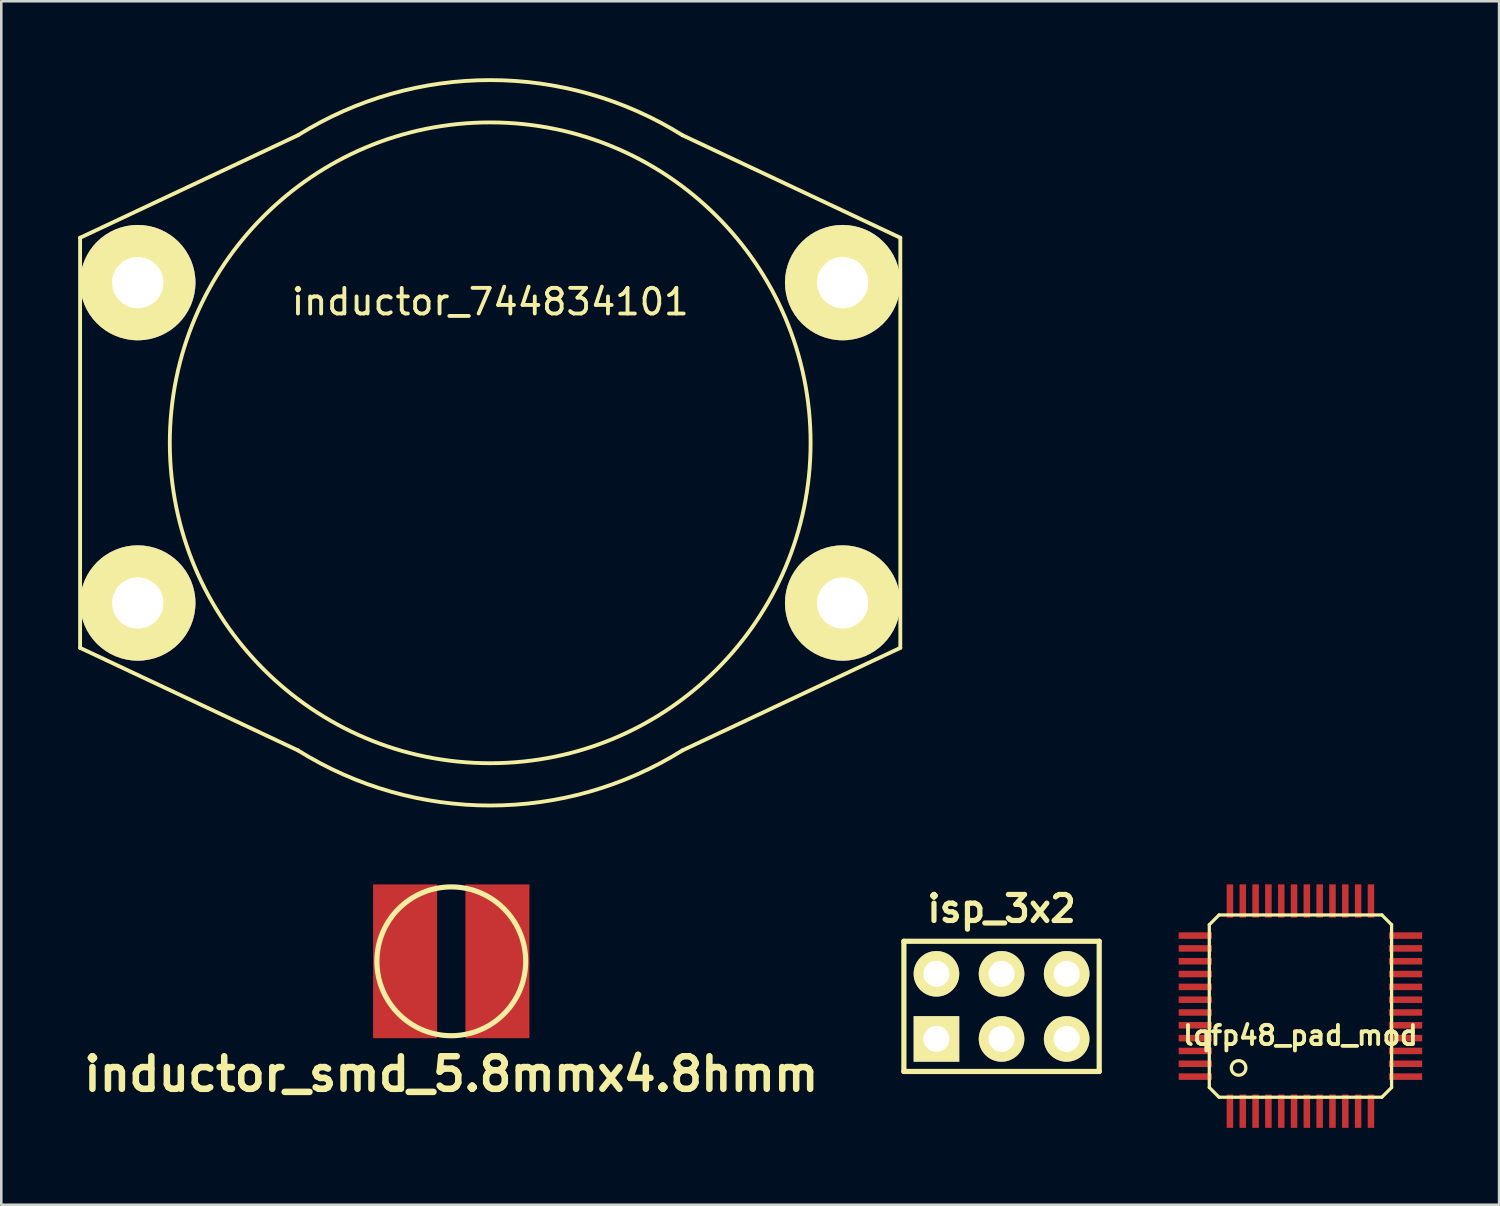
<source format=kicad_pcb>
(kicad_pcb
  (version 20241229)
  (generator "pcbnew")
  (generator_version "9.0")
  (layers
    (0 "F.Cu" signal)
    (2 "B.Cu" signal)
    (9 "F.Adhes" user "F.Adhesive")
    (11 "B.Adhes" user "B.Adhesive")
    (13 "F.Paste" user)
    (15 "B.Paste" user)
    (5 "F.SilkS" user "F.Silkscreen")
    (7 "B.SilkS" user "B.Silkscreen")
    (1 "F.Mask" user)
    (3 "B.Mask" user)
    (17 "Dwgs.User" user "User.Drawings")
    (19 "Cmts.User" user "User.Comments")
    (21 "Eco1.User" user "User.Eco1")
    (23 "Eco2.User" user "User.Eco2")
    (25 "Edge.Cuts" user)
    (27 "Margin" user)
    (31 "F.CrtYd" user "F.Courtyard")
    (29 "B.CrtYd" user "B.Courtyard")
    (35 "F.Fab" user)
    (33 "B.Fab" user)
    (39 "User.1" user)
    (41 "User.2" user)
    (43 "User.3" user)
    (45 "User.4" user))
  (footprint "inductor_smd_5.8mmx4.8hmm"
    (layer "F.Cu")
    (at 14.557 34.455)
    (property "Reference" "inductor_smd_5.8mmx4.8hmm" (at 0 4.399 0) (layer "F.SilkS") (effects (font (size 1.27 1.27) (thickness 0.254))))
    (attr through_hole)
    (fp_circle (center 0 0) (end 2.901 -0.099) (stroke (width 0.201) (type solid)) (fill no) (layer "F.SilkS"))
    (pad "1" smd rect (at 1.801 0) (size 2.499 5.999) (layers "F.Cu" "F.Mask" "F.Paste"))
    (pad "2" smd rect (at -1.801 0) (size 2.499 5.999) (layers "F.Cu" "F.Mask" "F.Paste")))
  (footprint "lqfp48_pad_mod"
    (layer "F.Cu")
    (at 47.686 36.202)
    (property "Reference" "lqfp48_pad_mod" (at 0 1.143 0) (layer "F.SilkS") (effects (font (size 0.749 0.749) (thickness 0.15))))
    (attr through_hole)
    (fp_line (start -3.556 -3.175) (end -3.175 -3.556) (stroke (width 0.127) (type solid)) (layer "F.SilkS"))
    (fp_line (start -3.556 3.175) (end -3.556 -3.175) (stroke (width 0.127) (type solid)) (layer "F.SilkS"))
    (fp_line (start -3.175 -3.556) (end 3.175 -3.556) (stroke (width 0.127) (type solid)) (layer "F.SilkS"))
    (fp_line (start -3.175 3.556) (end -3.556 3.175) (stroke (width 0.127) (type solid)) (layer "F.SilkS"))
    (fp_line (start 3.175 -3.556) (end 3.556 -3.175) (stroke (width 0.127) (type solid)) (layer "F.SilkS"))
    (fp_line (start 3.175 3.556) (end -3.175 3.556) (stroke (width 0.127) (type solid)) (layer "F.SilkS"))
    (fp_line (start 3.556 -3.175) (end 3.556 3.175) (stroke (width 0.127) (type solid)) (layer "F.SilkS"))
    (fp_line (start 3.556 3.175) (end 3.175 3.556) (stroke (width 0.127) (type solid)) (layer "F.SilkS"))
    (fp_circle (center -2.413 2.413) (end -2.667 2.54) (stroke (width 0.127) (type solid)) (fill no) (layer "F.SilkS"))
    (pad "1" smd rect (at -2.751 4.1) (size 0.254 1.3) (layers "F.Cu" "F.Mask" "F.Paste"))
    (pad "2" smd rect (at -2.25 4.1) (size 0.254 1.3) (layers "F.Cu" "F.Mask" "F.Paste"))
    (pad "3" smd rect (at -1.75 4.1) (size 0.254 1.3) (layers "F.Cu" "F.Mask" "F.Paste"))
    (pad "4" smd rect (at -1.25 4.1) (size 0.254 1.3) (layers "F.Cu" "F.Mask" "F.Paste"))
    (pad "5" smd rect (at -0.749 4.1) (size 0.254 1.3) (layers "F.Cu" "F.Mask" "F.Paste"))
    (pad "6" smd rect (at -0.249 4.1) (size 0.254 1.3) (layers "F.Cu" "F.Mask" "F.Paste"))
    (pad "7" smd rect (at 0.249 4.1) (size 0.254 1.3) (layers "F.Cu" "F.Mask" "F.Paste"))
    (pad "8" smd rect (at 0.749 4.1) (size 0.254 1.3) (layers "F.Cu" "F.Mask" "F.Paste"))
    (pad "9" smd rect (at 1.25 4.1) (size 0.254 1.3) (layers "F.Cu" "F.Mask" "F.Paste"))
    (pad "10" smd rect (at 1.75 4.1) (size 0.254 1.3) (layers "F.Cu" "F.Mask" "F.Paste"))
    (pad "11" smd rect (at 2.25 4.1) (size 0.254 1.3) (layers "F.Cu" "F.Mask" "F.Paste"))
    (pad "12" smd rect (at 2.751 4.1) (size 0.254 1.3) (layers "F.Cu" "F.Mask" "F.Paste"))
    (pad "13" smd rect (at 4.1 2.751) (size 1.3 0.254) (layers "F.Cu" "F.Mask" "F.Paste"))
    (pad "14" smd rect (at 4.1 2.25) (size 1.3 0.254) (layers "F.Cu" "F.Mask" "F.Paste"))
    (pad "15" smd rect (at 4.1 1.75) (size 1.3 0.254) (layers "F.Cu" "F.Mask" "F.Paste"))
    (pad "16" smd rect (at 4.1 1.25) (size 1.3 0.254) (layers "F.Cu" "F.Mask" "F.Paste"))
    (pad "17" smd rect (at 4.1 0.749) (size 1.3 0.254) (layers "F.Cu" "F.Mask" "F.Paste"))
    (pad "18" smd rect (at 4.1 0.249) (size 1.3 0.254) (layers "F.Cu" "F.Mask" "F.Paste"))
    (pad "19" smd rect (at 4.1 -0.249) (size 1.3 0.254) (layers "F.Cu" "F.Mask" "F.Paste"))
    (pad "20" smd rect (at 4.1 -0.749) (size 1.3 0.254) (layers "F.Cu" "F.Mask" "F.Paste"))
    (pad "21" smd rect (at 4.1 -1.25) (size 1.3 0.254) (layers "F.Cu" "F.Mask" "F.Paste"))
    (pad "22" smd rect (at 4.1 -1.75) (size 1.3 0.254) (layers "F.Cu" "F.Mask" "F.Paste"))
    (pad "23" smd rect (at 4.1 -2.25) (size 1.3 0.254) (layers "F.Cu" "F.Mask" "F.Paste"))
    (pad "24" smd rect (at 4.1 -2.751) (size 1.3 0.254) (layers "F.Cu" "F.Mask" "F.Paste"))
    (pad "25" smd rect (at 2.751 -4.1) (size 0.254 1.3) (layers "F.Cu" "F.Mask" "F.Paste"))
    (pad "26" smd rect (at 2.25 -4.1) (size 0.254 1.3) (layers "F.Cu" "F.Mask" "F.Paste"))
    (pad "27" smd rect (at 1.75 -4.1) (size 0.254 1.3) (layers "F.Cu" "F.Mask" "F.Paste"))
    (pad "28" smd rect (at 1.25 -4.1) (size 0.254 1.3) (layers "F.Cu" "F.Mask" "F.Paste"))
    (pad "29" smd rect (at 0.749 -4.1) (size 0.254 1.3) (layers "F.Cu" "F.Mask" "F.Paste"))
    (pad "30" smd rect (at 0.249 -4.1) (size 0.254 1.3) (layers "F.Cu" "F.Mask" "F.Paste"))
    (pad "31" smd rect (at -0.249 -4.1) (size 0.254 1.3) (layers "F.Cu" "F.Mask" "F.Paste"))
    (pad "32" smd rect (at -0.749 -4.1) (size 0.254 1.3) (layers "F.Cu" "F.Mask" "F.Paste"))
    (pad "33" smd rect (at -1.25 -4.1) (size 0.254 1.3) (layers "F.Cu" "F.Mask" "F.Paste"))
    (pad "34" smd rect (at -1.75 -4.1) (size 0.254 1.3) (layers "F.Cu" "F.Mask" "F.Paste"))
    (pad "35" smd rect (at -2.25 -4.1) (size 0.254 1.3) (layers "F.Cu" "F.Mask" "F.Paste"))
    (pad "36" smd rect (at -2.751 -4.1) (size 0.254 1.3) (layers "F.Cu" "F.Mask" "F.Paste"))
    (pad "37" smd rect (at -4.1 -2.751) (size 1.3 0.254) (layers "F.Cu" "F.Mask" "F.Paste"))
    (pad "38" smd rect (at -4.1 -2.25) (size 1.3 0.254) (layers "F.Cu" "F.Mask" "F.Paste"))
    (pad "39" smd rect (at -4.1 -1.75) (size 1.3 0.254) (layers "F.Cu" "F.Mask" "F.Paste"))
    (pad "40" smd rect (at -4.1 -1.25) (size 1.3 0.254) (layers "F.Cu" "F.Mask" "F.Paste"))
    (pad "41" smd rect (at -4.1 -0.749) (size 1.3 0.254) (layers "F.Cu" "F.Mask" "F.Paste"))
    (pad "42" smd rect (at -4.1 -0.249) (size 1.3 0.254) (layers "F.Cu" "F.Mask" "F.Paste"))
    (pad "43" smd rect (at -4.1 0.249) (size 1.3 0.254) (layers "F.Cu" "F.Mask" "F.Paste"))
    (pad "44" smd rect (at -4.1 0.749) (size 1.3 0.254) (layers "F.Cu" "F.Mask" "F.Paste"))
    (pad "45" smd rect (at -4.1 1.25) (size 1.3 0.254) (layers "F.Cu" "F.Mask" "F.Paste"))
    (pad "46" smd rect (at -4.1 1.75) (size 1.3 0.254) (layers "F.Cu" "F.Mask" "F.Paste"))
    (pad "47" smd rect (at -4.1 2.25) (size 1.3 0.254) (layers "F.Cu" "F.Mask" "F.Paste"))
    (pad "48" smd rect (at -4.1 2.751) (size 1.3 0.254) (layers "F.Cu" "F.Mask" "F.Paste")))
  (footprint "inductor_744834101"
    (layer "F.Cu")
    (at 16.075 14.226)
    (property "Reference" "inductor_744834101" (at 0 -5.5 0) (layer "F.SilkS") (effects (font (size 1 1) (thickness 0.15))))
    (attr through_hole)
    (fp_line (start -16 -8) (end -7.5 -12) (stroke (width 0.15) (type solid)) (layer "F.SilkS"))
    (fp_line (start -16 8) (end -16 -8) (stroke (width 0.15) (type solid)) (layer "F.SilkS"))
    (fp_line (start -7.5 12) (end -16 8) (stroke (width 0.15) (type solid)) (layer "F.SilkS"))
    (fp_line (start 7.5 -12) (end 16 -8) (stroke (width 0.15) (type solid)) (layer "F.SilkS"))
    (fp_line (start 16 -8) (end 16 8) (stroke (width 0.15) (type solid)) (layer "F.SilkS"))
    (fp_line (start 16 8) (end 7.5 12) (stroke (width 0.15) (type solid)) (layer "F.SilkS"))
    (fp_arc (start -7.5 -12) (mid -0.00133 -14.150972) (end 7.497745 -12.001409) (stroke (width 0.15) (type solid)) (layer "F.SilkS"))
    (fp_arc (start 7.5 12) (mid 0.00133 14.150972) (end -7.497745 12.001409) (stroke (width 0.15) (type solid)) (layer "F.SilkS"))
    (fp_circle (center 0 0) (end 0 -12.5) (stroke (width 0.15) (type solid)) (fill no) (layer "F.SilkS"))
    (pad "1" thru_hole circle (at -13.75 -6.25) (size 4.5 4.5) (drill 2) (layers "*.Cu" "*.Mask" "F.SilkS"))
    (pad "2" thru_hole circle (at 13.75 -6.25) (size 4.5 4.5) (drill 2) (layers "*.Cu" "*.Mask" "F.SilkS"))
    (pad "3" thru_hole circle (at 13.75 6.25) (size 4.5 4.5) (drill 2) (layers "*.Cu" "*.Mask" "F.SilkS"))
    (pad "4" thru_hole circle (at -13.75 6.25) (size 4.5 4.5) (drill 2) (layers "*.Cu" "*.Mask" "F.SilkS")))
  (footprint "isp_3x2"
    (layer "F.Cu")
    (at 36.025 36.213)
    (property "Reference" "isp_3x2" (at 0 -3.81 0) (layer "F.SilkS") (effects (font (size 1.016 1.016) (thickness 0.203))))
    (attr through_hole)
    (fp_line (start -3.81 -2.54) (end 3.81 -2.54) (stroke (width 0.203) (type solid)) (layer "F.SilkS"))
    (fp_line (start -3.81 2.54) (end -3.81 -2.54) (stroke (width 0.203) (type solid)) (layer "F.SilkS"))
    (fp_line (start 3.81 -2.54) (end 3.81 2.54) (stroke (width 0.203) (type solid)) (layer "F.SilkS"))
    (fp_line (start 3.81 2.54) (end -3.81 2.54) (stroke (width 0.203) (type solid)) (layer "F.SilkS"))
    (pad "1" thru_hole rect (at -2.54 1.27) (size 1.778 1.778) (drill 1.016) (layers "*.Cu" "*.Mask" "F.SilkS"))
    (pad "2" thru_hole circle (at -2.54 -1.27) (size 1.778 1.778) (drill 1.016) (layers "*.Cu" "*.Mask" "F.SilkS"))
    (pad "3" thru_hole circle (at 0 1.27) (size 1.778 1.778) (drill 1.016) (layers "*.Cu" "*.Mask" "F.SilkS"))
    (pad "4" thru_hole circle (at 0 -1.27) (size 1.778 1.778) (drill 1.016) (layers "*.Cu" "*.Mask" "F.SilkS"))
    (pad "5" thru_hole circle (at 2.54 1.27) (size 1.778 1.778) (drill 1.016) (layers "*.Cu" "*.Mask" "F.SilkS"))
    (pad "6" thru_hole circle (at 2.54 -1.27) (size 1.778 1.778) (drill 1.016) (layers "*.Cu" "*.Mask" "F.SilkS")))
  (gr_rect
    (start -3 -3)
    (end 55.436 43.952)
    (stroke (width 0.1) (type default))
    (fill no)
    (layer "Edge.Cuts")))
</source>
